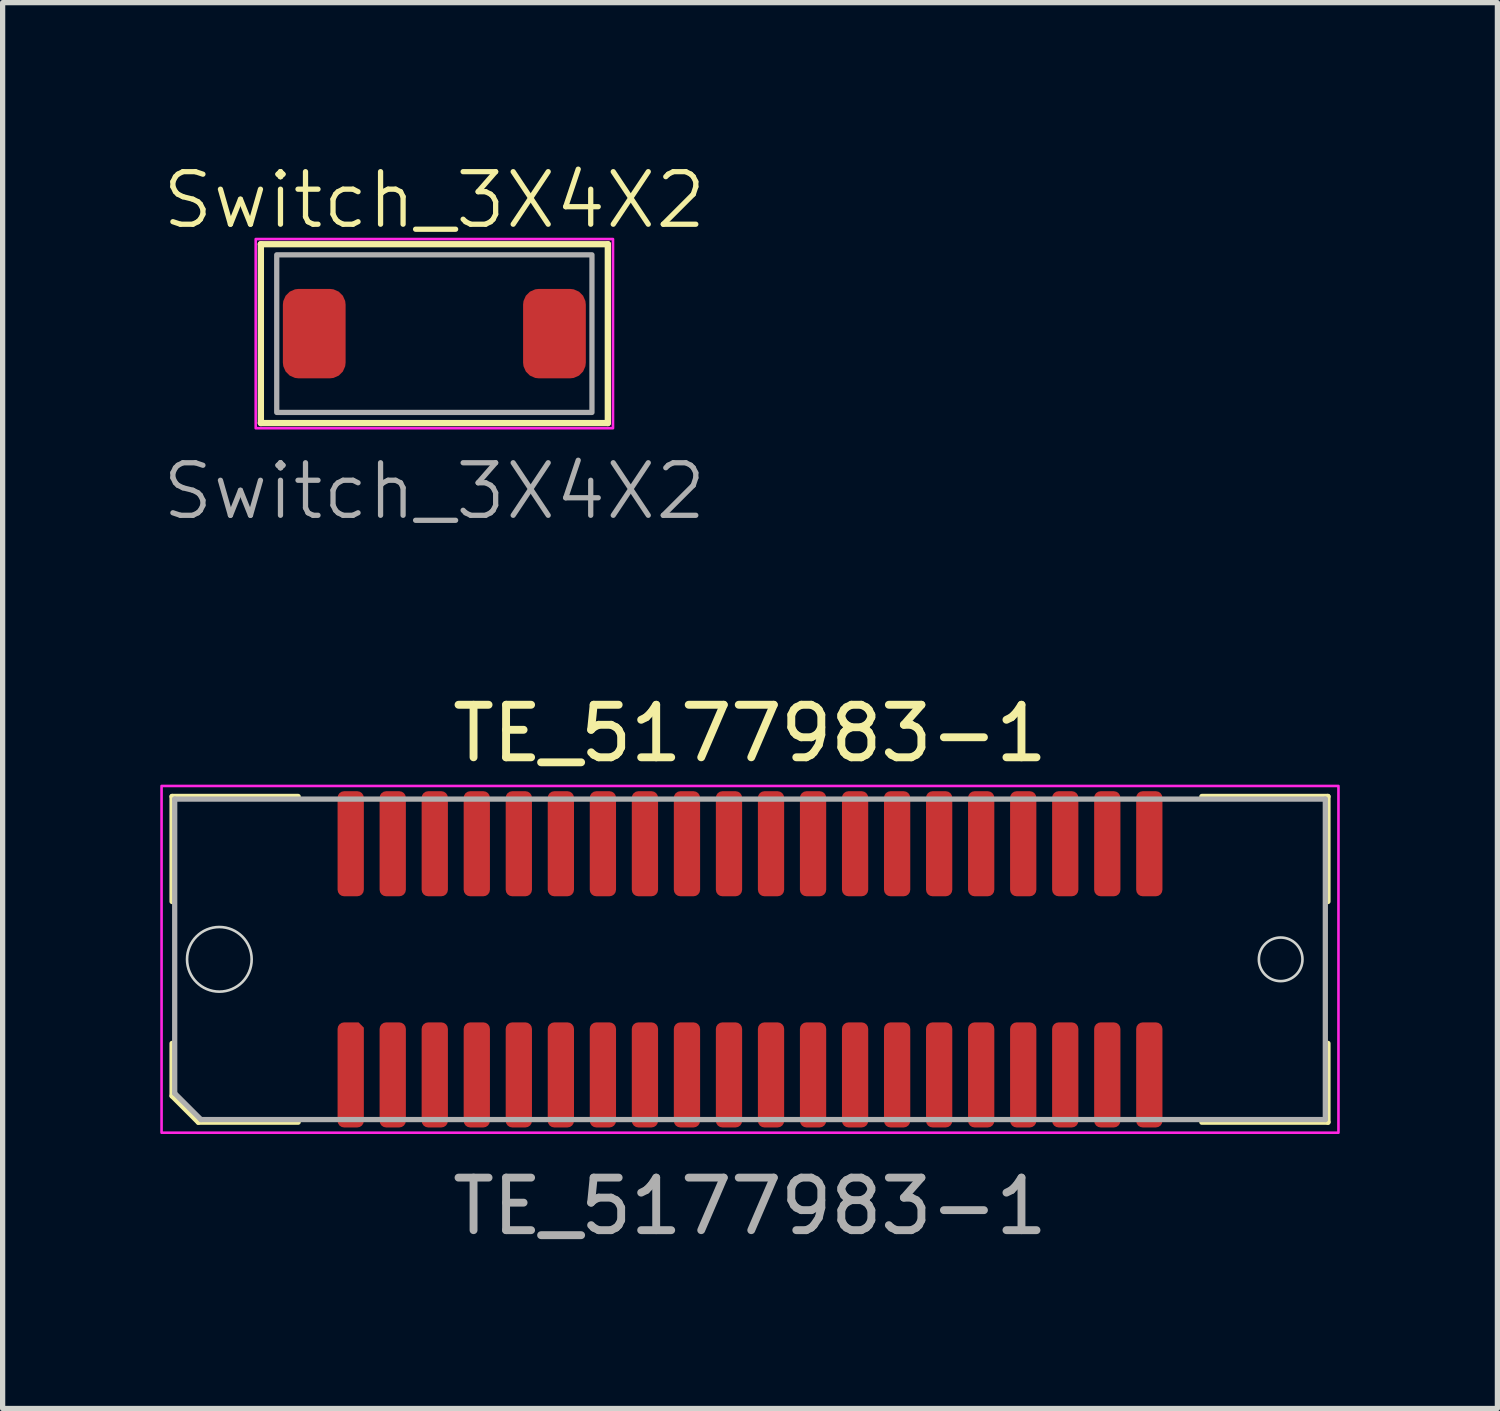
<source format=kicad_pcb>
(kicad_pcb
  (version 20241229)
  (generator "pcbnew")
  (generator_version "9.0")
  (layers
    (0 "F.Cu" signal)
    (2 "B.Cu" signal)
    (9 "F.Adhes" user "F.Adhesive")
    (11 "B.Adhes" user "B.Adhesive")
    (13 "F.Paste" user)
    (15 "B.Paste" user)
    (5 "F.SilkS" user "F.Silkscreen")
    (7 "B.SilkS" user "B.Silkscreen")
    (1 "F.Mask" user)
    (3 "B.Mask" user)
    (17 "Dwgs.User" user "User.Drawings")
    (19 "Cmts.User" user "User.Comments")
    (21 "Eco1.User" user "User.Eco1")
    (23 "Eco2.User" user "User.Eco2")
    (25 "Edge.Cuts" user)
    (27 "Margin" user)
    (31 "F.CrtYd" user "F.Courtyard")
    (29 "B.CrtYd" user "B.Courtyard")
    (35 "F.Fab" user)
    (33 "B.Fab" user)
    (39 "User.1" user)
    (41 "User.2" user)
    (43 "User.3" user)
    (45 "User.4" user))
  (footprint "Switch_3X4X2"
    (layer "F.Cu")
    (at 5.217 3.3)
    (property "Reference" "Switch_3X4X2" (at 0 -2.54 0) (layer "F.SilkS") (effects (font (size 1 1) (thickness 0.1))))
    (attr smd)
    (fp_line (start -3.302 -1.702) (end -3.302 1.702) (stroke (width 0.12) (type solid)) (layer "F.SilkS"))
    (fp_line (start -3.302 -1.702) (end 3.302 -1.702) (stroke (width 0.12) (type solid)) (layer "F.SilkS"))
    (fp_line (start -3.302 1.702) (end 3.302 1.702) (stroke (width 0.12) (type solid)) (layer "F.SilkS"))
    (fp_line (start 3.302 -1.702) (end 3.302 1.702) (stroke (width 0.12) (type solid)) (layer "F.SilkS"))
    (fp_rect (start -3.4 -1.8) (end 3.4 1.8) (stroke (width 0.05) (type solid)) (fill no) (layer "F.CrtYd"))
    (fp_rect (start -3 -1.5) (end 3 1.5) (stroke (width 0.1) (type solid)) (fill no) (layer "F.Fab"))
    (fp_text user "${REFERENCE}" (at 0 3 0) (layer "F.Fab") (effects (font (size 1 1) (thickness 0.1))))
    (pad "1" smd roundrect (at -2.286 0) (size 1.194 1.702) (layers "F.Cu" "F.Mask" "F.Paste") (roundrect_rratio 0.25))
    (pad "2" smd roundrect (at 2.286 0) (size 1.194 1.702) (layers "F.Cu" "F.Mask" "F.Paste") (roundrect_rratio 0.25)))
  (footprint "TE_5177983-1"
    (layer "F.Cu")
    (at 11.225 15.209)
    (property "Reference" "TE_5177983-1" (at 0 -4.3 0) (layer "F.SilkS") (effects (font (size 1 1) (thickness 0.15))))
    (attr through_hole)
    (fp_line (start -11 -3.1) (end -8.6 -3.1) (stroke (width 0.1) (type solid)) (layer "F.SilkS"))
    (fp_line (start -11 -1.1) (end -11 -3.1) (stroke (width 0.1) (type solid)) (layer "F.SilkS"))
    (fp_line (start -11 2.6) (end -11 1.6) (stroke (width 0.1) (type solid)) (layer "F.SilkS"))
    (fp_line (start -11 2.6) (end -10.5 3.1) (stroke (width 0.1) (type solid)) (layer "F.SilkS"))
    (fp_line (start -8.6 3.1) (end -10.5 3.1) (stroke (width 0.1) (type solid)) (layer "F.SilkS"))
    (fp_line (start 8.6 -3.1) (end 11 -3.1) (stroke (width 0.1) (type solid)) (layer "F.SilkS"))
    (fp_line (start 11 -3.1) (end 11 -1.1) (stroke (width 0.1) (type solid)) (layer "F.SilkS"))
    (fp_line (start 11 1.6) (end 11 3.1) (stroke (width 0.1) (type solid)) (layer "F.SilkS"))
    (fp_line (start 11 3.1) (end 8.6 3.1) (stroke (width 0.1) (type solid)) (layer "F.SilkS"))
    (fp_circle (center -10.1 0) (end -9.485 0) (stroke (width 0.05) (type solid)) (fill no) (layer "Edge.Cuts"))
    (fp_circle (center 10.1 0) (end 10.515 0) (stroke (width 0.05) (type solid)) (fill no) (layer "Edge.Cuts"))
    (fp_rect (start -11.2 -3.3) (end 11.2 3.3) (stroke (width 0.05) (type solid)) (fill no) (layer "F.CrtYd"))
    (fp_line (start -10.95 -3.05) (end -10.95 2.55) (stroke (width 0.1) (type solid)) (layer "F.Fab"))
    (fp_line (start -10.95 2.55) (end -10.45 3.05) (stroke (width 0.1) (type solid)) (layer "F.Fab"))
    (fp_line (start -10.45 3.05) (end 10.95 3.05) (stroke (width 0.1) (type solid)) (layer "F.Fab"))
    (fp_line (start 10.95 -3.05) (end -10.95 -3.05) (stroke (width 0.1) (type solid)) (layer "F.Fab"))
    (fp_line (start 10.95 3.05) (end 10.95 -3.05) (stroke (width 0.1) (type solid)) (layer "F.Fab"))
    (fp_text user "${REFERENCE}" (at 0 4.7 0) (layer "F.Fab") (effects (font (size 1 1) (thickness 0.15))))
    (pad "1" smd roundrect (at -7.6 2.2) (size 0.5 2) (layers "F.Cu" "F.Mask" "F.Paste") (roundrect_rratio 0.25) (chamfer_ratio 0.2) (chamfer top_right))
    (pad "2" smd roundrect (at -7.6 -2.2) (size 0.5 2) (layers "F.Cu" "F.Mask" "F.Paste") (roundrect_rratio 0.25))
    (pad "3" smd roundrect (at -6.8 2.2) (size 0.5 2) (layers "F.Cu" "F.Mask" "F.Paste") (roundrect_rratio 0.25))
    (pad "4" smd roundrect (at -6.8 -2.2) (size 0.5 2) (layers "F.Cu" "F.Mask" "F.Paste") (roundrect_rratio 0.25))
    (pad "5" smd roundrect (at -6 2.2) (size 0.5 2) (layers "F.Cu" "F.Mask" "F.Paste") (roundrect_rratio 0.25))
    (pad "6" smd roundrect (at -6 -2.2) (size 0.5 2) (layers "F.Cu" "F.Mask" "F.Paste") (roundrect_rratio 0.25))
    (pad "7" smd roundrect (at -5.2 2.2) (size 0.5 2) (layers "F.Cu" "F.Mask" "F.Paste") (roundrect_rratio 0.25))
    (pad "8" smd roundrect (at -5.2 -2.2) (size 0.5 2) (layers "F.Cu" "F.Mask" "F.Paste") (roundrect_rratio 0.25))
    (pad "9" smd roundrect (at -4.4 2.2) (size 0.5 2) (layers "F.Cu" "F.Mask" "F.Paste") (roundrect_rratio 0.25))
    (pad "10" smd roundrect (at -4.4 -2.2) (size 0.5 2) (layers "F.Cu" "F.Mask" "F.Paste") (roundrect_rratio 0.25))
    (pad "11" smd roundrect (at -3.6 2.2) (size 0.5 2) (layers "F.Cu" "F.Mask" "F.Paste") (roundrect_rratio 0.25))
    (pad "12" smd roundrect (at -3.6 -2.2) (size 0.5 2) (layers "F.Cu" "F.Mask" "F.Paste") (roundrect_rratio 0.25))
    (pad "13" smd roundrect (at -2.8 2.2) (size 0.5 2) (layers "F.Cu" "F.Mask" "F.Paste") (roundrect_rratio 0.25))
    (pad "14" smd roundrect (at -2.8 -2.2) (size 0.5 2) (layers "F.Cu" "F.Mask" "F.Paste") (roundrect_rratio 0.25))
    (pad "15" smd roundrect (at -2 2.2) (size 0.5 2) (layers "F.Cu" "F.Mask" "F.Paste") (roundrect_rratio 0.25))
    (pad "16" smd roundrect (at -2 -2.2) (size 0.5 2) (layers "F.Cu" "F.Mask" "F.Paste") (roundrect_rratio 0.25))
    (pad "17" smd roundrect (at -1.2 2.2) (size 0.5 2) (layers "F.Cu" "F.Mask" "F.Paste") (roundrect_rratio 0.25))
    (pad "18" smd roundrect (at -1.2 -2.2) (size 0.5 2) (layers "F.Cu" "F.Mask" "F.Paste") (roundrect_rratio 0.25))
    (pad "19" smd roundrect (at -0.4 2.2) (size 0.5 2) (layers "F.Cu" "F.Mask" "F.Paste") (roundrect_rratio 0.25))
    (pad "20" smd roundrect (at -0.4 -2.2) (size 0.5 2) (layers "F.Cu" "F.Mask" "F.Paste") (roundrect_rratio 0.25))
    (pad "21" smd roundrect (at 0.4 2.2) (size 0.5 2) (layers "F.Cu" "F.Mask" "F.Paste") (roundrect_rratio 0.25))
    (pad "22" smd roundrect (at 0.4 -2.2) (size 0.5 2) (layers "F.Cu" "F.Mask" "F.Paste") (roundrect_rratio 0.25))
    (pad "23" smd roundrect (at 1.2 2.2) (size 0.5 2) (layers "F.Cu" "F.Mask" "F.Paste") (roundrect_rratio 0.25))
    (pad "24" smd roundrect (at 1.2 -2.2) (size 0.5 2) (layers "F.Cu" "F.Mask" "F.Paste") (roundrect_rratio 0.25))
    (pad "25" smd roundrect (at 2 2.2) (size 0.5 2) (layers "F.Cu" "F.Mask" "F.Paste") (roundrect_rratio 0.25))
    (pad "26" smd roundrect (at 2 -2.2) (size 0.5 2) (layers "F.Cu" "F.Mask" "F.Paste") (roundrect_rratio 0.25))
    (pad "27" smd roundrect (at 2.8 2.2) (size 0.5 2) (layers "F.Cu" "F.Mask" "F.Paste") (roundrect_rratio 0.25))
    (pad "28" smd roundrect (at 2.8 -2.2) (size 0.5 2) (layers "F.Cu" "F.Mask" "F.Paste") (roundrect_rratio 0.25))
    (pad "29" smd roundrect (at 3.6 2.2) (size 0.5 2) (layers "F.Cu" "F.Mask" "F.Paste") (roundrect_rratio 0.25))
    (pad "30" smd roundrect (at 3.6 -2.2) (size 0.5 2) (layers "F.Cu" "F.Mask" "F.Paste") (roundrect_rratio 0.25))
    (pad "31" smd roundrect (at 4.4 2.2) (size 0.5 2) (layers "F.Cu" "F.Mask" "F.Paste") (roundrect_rratio 0.25))
    (pad "32" smd roundrect (at 4.4 -2.2) (size 0.5 2) (layers "F.Cu" "F.Mask" "F.Paste") (roundrect_rratio 0.25))
    (pad "33" smd roundrect (at 5.2 2.2) (size 0.5 2) (layers "F.Cu" "F.Mask" "F.Paste") (roundrect_rratio 0.25))
    (pad "34" smd roundrect (at 5.2 -2.2) (size 0.5 2) (layers "F.Cu" "F.Mask" "F.Paste") (roundrect_rratio 0.25))
    (pad "35" smd roundrect (at 6 2.2) (size 0.5 2) (layers "F.Cu" "F.Mask" "F.Paste") (roundrect_rratio 0.25))
    (pad "36" smd roundrect (at 6 -2.2) (size 0.5 2) (layers "F.Cu" "F.Mask" "F.Paste") (roundrect_rratio 0.25))
    (pad "37" smd roundrect (at 6.8 2.2) (size 0.5 2) (layers "F.Cu" "F.Mask" "F.Paste") (roundrect_rratio 0.25))
    (pad "38" smd roundrect (at 6.8 -2.2) (size 0.5 2) (layers "F.Cu" "F.Mask" "F.Paste") (roundrect_rratio 0.25))
    (pad "39" smd roundrect (at 7.6 2.2) (size 0.5 2) (layers "F.Cu" "F.Mask" "F.Paste") (roundrect_rratio 0.25))
    (pad "40" smd roundrect (at 7.6 -2.2) (size 0.5 2) (layers "F.Cu" "F.Mask" "F.Paste") (roundrect_rratio 0.25)))
  (gr_rect
    (start -3 -3)
    (end 25.45 23.758)
    (stroke (width 0.1) (type default))
    (fill no)
    (layer "Edge.Cuts")))
</source>
